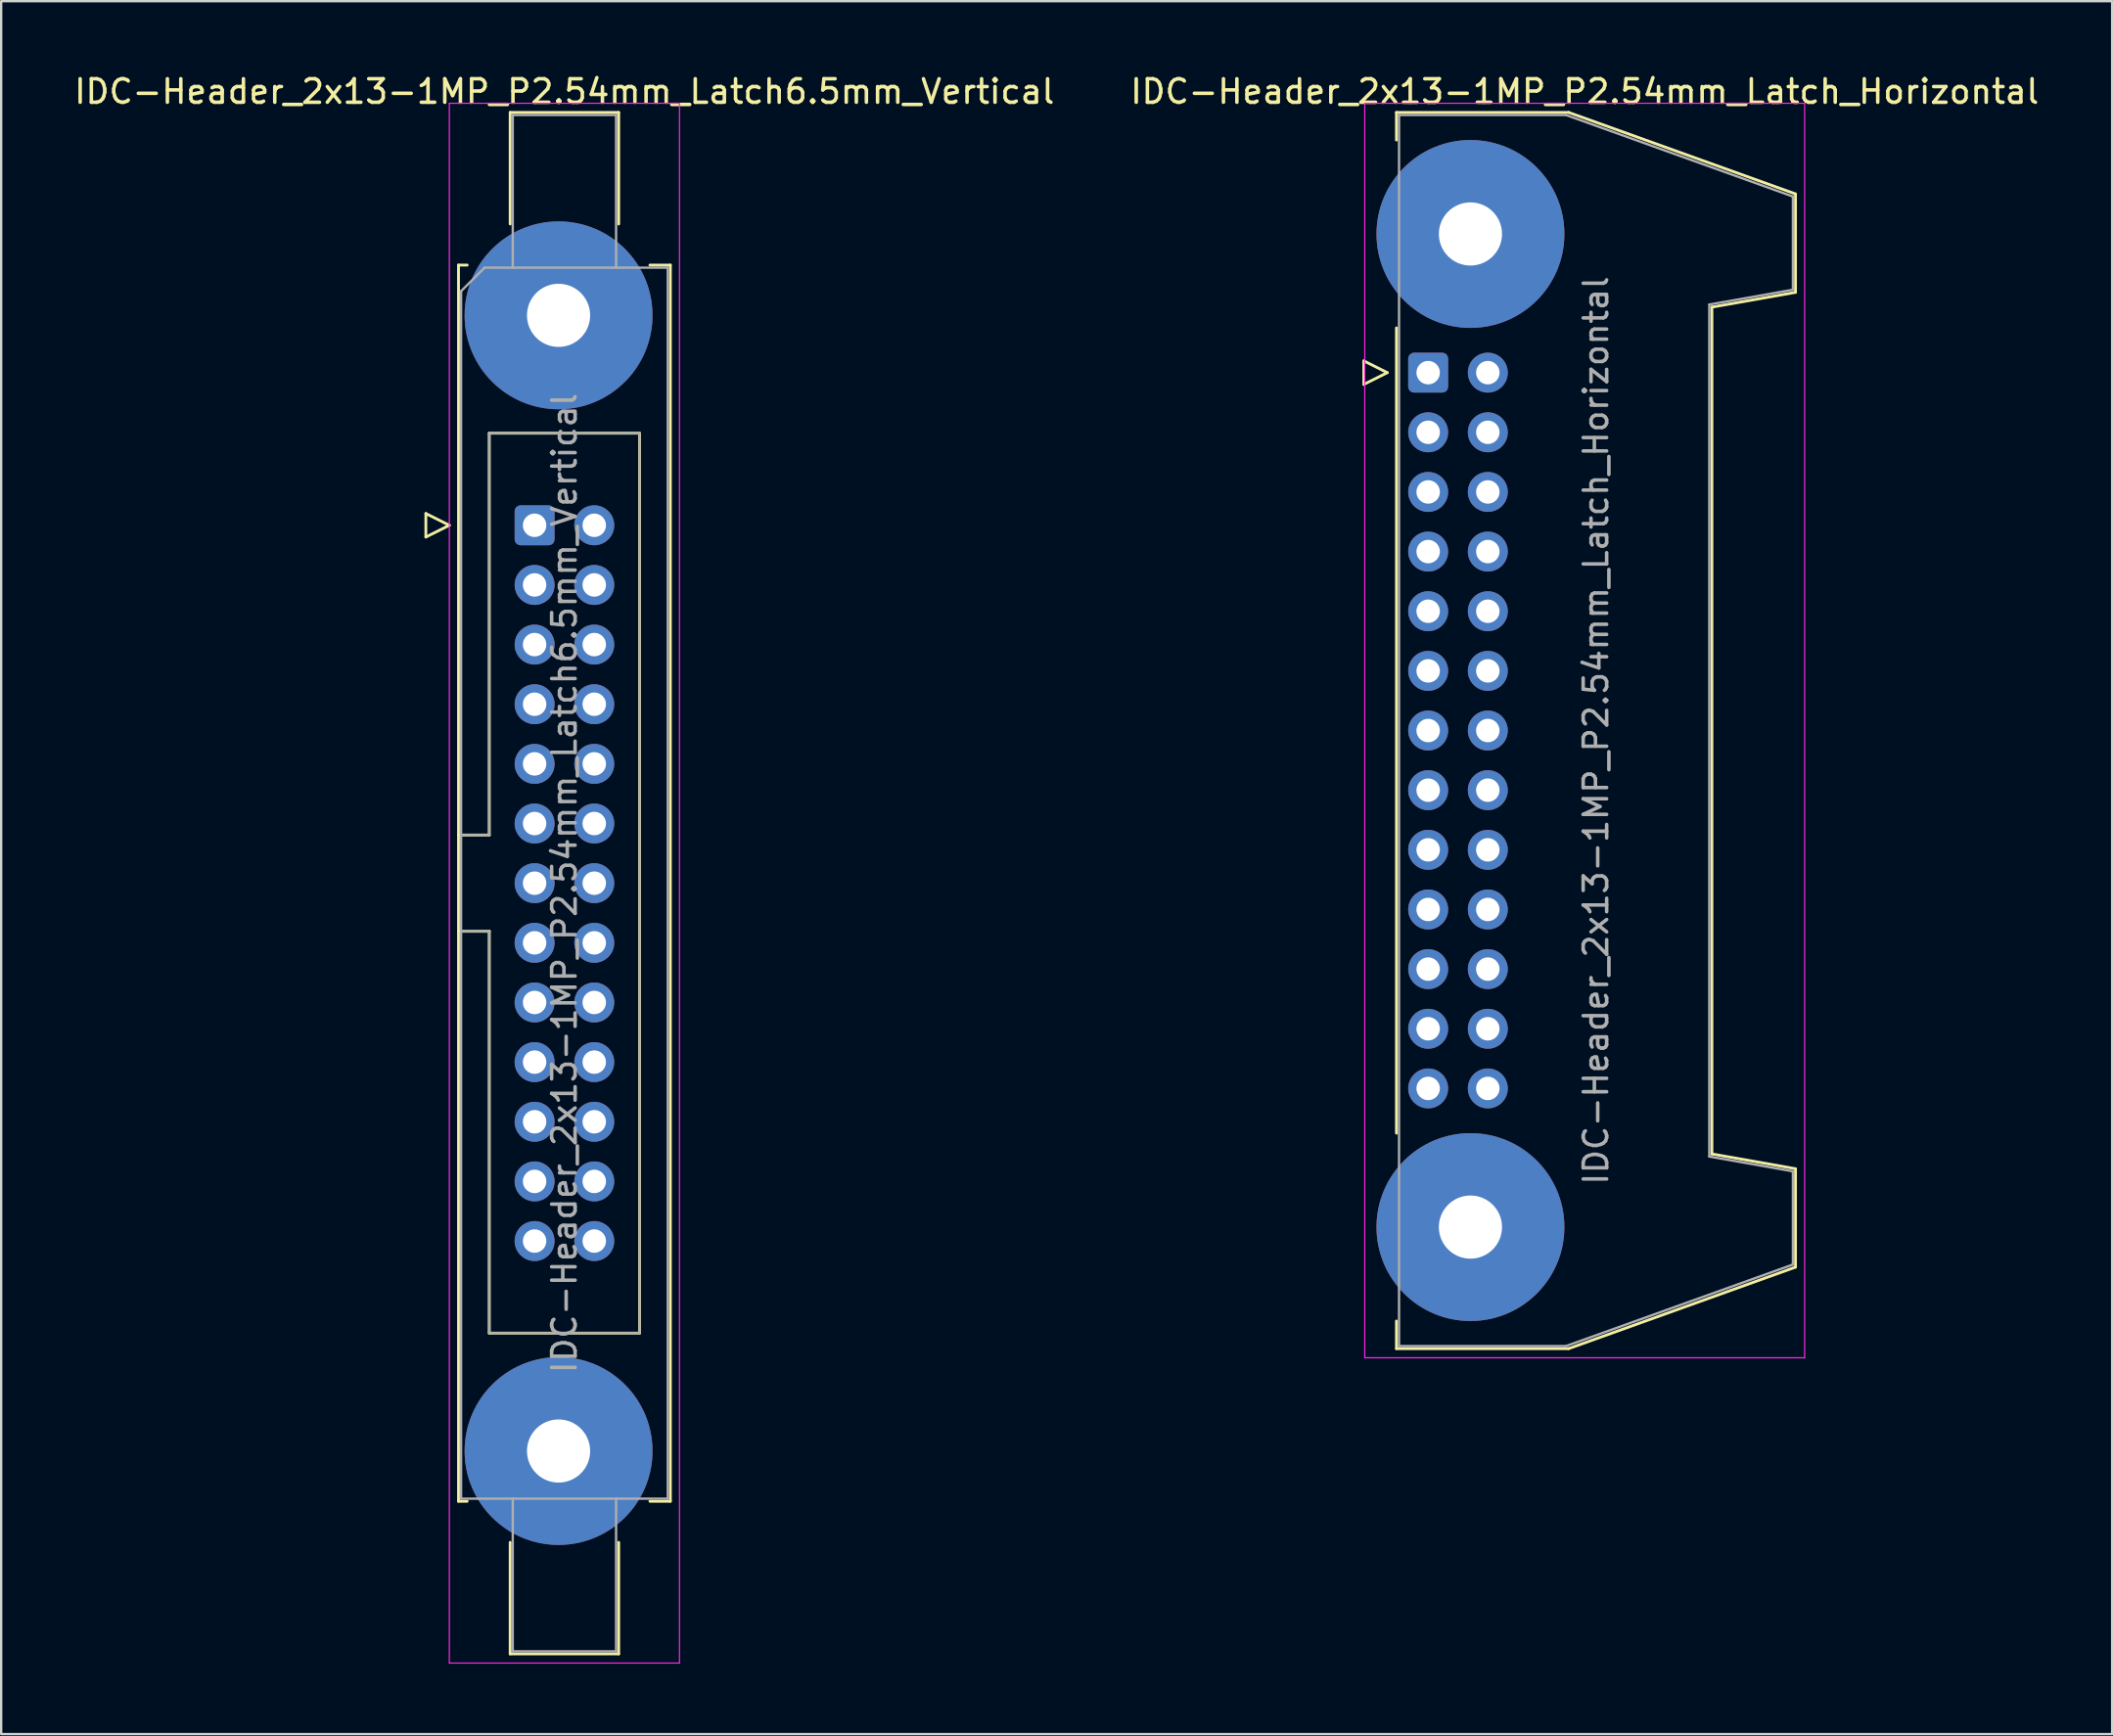
<source format=kicad_pcb>
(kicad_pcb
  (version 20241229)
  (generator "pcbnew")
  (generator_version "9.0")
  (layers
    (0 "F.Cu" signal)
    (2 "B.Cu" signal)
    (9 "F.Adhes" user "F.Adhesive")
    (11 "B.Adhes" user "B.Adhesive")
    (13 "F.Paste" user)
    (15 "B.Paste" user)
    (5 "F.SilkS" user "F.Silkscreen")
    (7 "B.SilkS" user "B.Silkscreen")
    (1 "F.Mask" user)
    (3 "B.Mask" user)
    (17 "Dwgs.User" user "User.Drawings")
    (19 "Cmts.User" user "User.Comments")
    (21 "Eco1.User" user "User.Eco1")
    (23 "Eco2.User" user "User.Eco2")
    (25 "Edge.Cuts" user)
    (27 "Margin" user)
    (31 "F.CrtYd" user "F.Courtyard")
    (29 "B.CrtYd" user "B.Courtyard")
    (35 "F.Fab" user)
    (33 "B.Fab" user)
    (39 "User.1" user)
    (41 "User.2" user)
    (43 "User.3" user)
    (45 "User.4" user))
  (footprint "IDC-Header_2x13-1MP_P2.54mm_Latch_Horizontal"
    (layer "F.Cu")
    (at 57.758 12.818)
    (property "Reference" "IDC-Header_2x13-1MP_P2.54mm_Latch_Horizontal" (at 6.665 -11.97 0) (layer "F.SilkS") (effects (font (size 1 1) (thickness 0.15))))
    (attr through_hole)
    (fp_line (start -2.74 -0.5) (end -2.74 0.5) (stroke (width 0.12) (type solid)) (layer "F.SilkS"))
    (fp_line (start -2.74 0.5) (end -1.74 0) (stroke (width 0.12) (type solid)) (layer "F.SilkS"))
    (fp_line (start -1.74 0) (end -2.74 -0.5) (stroke (width 0.12) (type solid)) (layer "F.SilkS"))
    (fp_line (start -1.35 -11.08) (end -1.35 -9.905) (stroke (width 0.12) (type solid)) (layer "F.SilkS"))
    (fp_line (start -1.35 -11.08) (end 5.98 -11.08) (stroke (width 0.12) (type solid)) (layer "F.SilkS"))
    (fp_line (start -1.35 -1.905) (end -1.35 32.385) (stroke (width 0.12) (type solid)) (layer "F.SilkS"))
    (fp_line (start -1.35 40.385) (end -1.35 41.56) (stroke (width 0.12) (type solid)) (layer "F.SilkS"))
    (fp_line (start 5.98 -11.08) (end 15.64 -7.61) (stroke (width 0.12) (type solid)) (layer "F.SilkS"))
    (fp_line (start 5.98 41.56) (end -1.35 41.56) (stroke (width 0.12) (type solid)) (layer "F.SilkS"))
    (fp_line (start 12.08 -2.79) (end 12.08 33.27) (stroke (width 0.12) (type solid)) (layer "F.SilkS"))
    (fp_line (start 12.08 33.27) (end 15.64 33.9) (stroke (width 0.12) (type solid)) (layer "F.SilkS"))
    (fp_line (start 15.64 -7.61) (end 15.64 -3.42) (stroke (width 0.12) (type solid)) (layer "F.SilkS"))
    (fp_line (start 15.64 -3.42) (end 12.08 -2.79) (stroke (width 0.12) (type solid)) (layer "F.SilkS"))
    (fp_line (start 15.64 33.9) (end 15.64 38.09) (stroke (width 0.12) (type solid)) (layer "F.SilkS"))
    (fp_line (start 15.64 38.09) (end 5.98 41.56) (stroke (width 0.12) (type solid)) (layer "F.SilkS"))
    (fp_line (start -2.7 -11.47) (end -2.7 41.95) (stroke (width 0.05) (type solid)) (layer "F.CrtYd"))
    (fp_line (start -2.7 41.95) (end 16.03 41.95) (stroke (width 0.05) (type solid)) (layer "F.CrtYd"))
    (fp_line (start 16.03 -11.47) (end -2.7 -11.47) (stroke (width 0.05) (type solid)) (layer "F.CrtYd"))
    (fp_line (start 16.03 41.95) (end 16.03 -11.47) (stroke (width 0.05) (type solid)) (layer "F.CrtYd"))
    (fp_line (start -1.24 -10.97) (end 5.87 -10.97) (stroke (width 0.1) (type solid)) (layer "F.Fab"))
    (fp_line (start -1.24 41.45) (end -1.24 -10.97) (stroke (width 0.1) (type solid)) (layer "F.Fab"))
    (fp_line (start 5.87 -10.97) (end 15.53 -7.5) (stroke (width 0.1) (type solid)) (layer "F.Fab"))
    (fp_line (start 5.87 41.45) (end -1.24 41.45) (stroke (width 0.1) (type solid)) (layer "F.Fab"))
    (fp_line (start 11.97 -2.9) (end 11.97 33.38) (stroke (width 0.1) (type solid)) (layer "F.Fab"))
    (fp_line (start 11.97 33.38) (end 15.53 34.01) (stroke (width 0.1) (type solid)) (layer "F.Fab"))
    (fp_line (start 15.53 -7.5) (end 15.53 -3.53) (stroke (width 0.1) (type solid)) (layer "F.Fab"))
    (fp_line (start 15.53 -3.53) (end 11.97 -2.9) (stroke (width 0.1) (type solid)) (layer "F.Fab"))
    (fp_line (start 15.53 34.01) (end 15.53 37.98) (stroke (width 0.1) (type solid)) (layer "F.Fab"))
    (fp_line (start 15.53 37.98) (end 5.87 41.45) (stroke (width 0.1) (type solid)) (layer "F.Fab"))
    (fp_text user "${REFERENCE}" (at 7.145 15.24 90) (layer "F.Fab") (effects (font (size 1 1) (thickness 0.15))))
    (pad "1" thru_hole roundrect (at 0 0) (size 1.7 1.7) (drill 1) (layers "*.Cu" "*.Mask") (roundrect_rratio 0.147))
    (pad "2" thru_hole circle (at 2.54 0) (size 1.7 1.7) (drill 1) (layers "*.Cu" "*.Mask"))
    (pad "3" thru_hole circle (at 0 2.54) (size 1.7 1.7) (drill 1) (layers "*.Cu" "*.Mask"))
    (pad "4" thru_hole circle (at 2.54 2.54) (size 1.7 1.7) (drill 1) (layers "*.Cu" "*.Mask"))
    (pad "5" thru_hole circle (at 0 5.08) (size 1.7 1.7) (drill 1) (layers "*.Cu" "*.Mask"))
    (pad "6" thru_hole circle (at 2.54 5.08) (size 1.7 1.7) (drill 1) (layers "*.Cu" "*.Mask"))
    (pad "7" thru_hole circle (at 0 7.62) (size 1.7 1.7) (drill 1) (layers "*.Cu" "*.Mask"))
    (pad "8" thru_hole circle (at 2.54 7.62) (size 1.7 1.7) (drill 1) (layers "*.Cu" "*.Mask"))
    (pad "9" thru_hole circle (at 0 10.16) (size 1.7 1.7) (drill 1) (layers "*.Cu" "*.Mask"))
    (pad "10" thru_hole circle (at 2.54 10.16) (size 1.7 1.7) (drill 1) (layers "*.Cu" "*.Mask"))
    (pad "11" thru_hole circle (at 0 12.7) (size 1.7 1.7) (drill 1) (layers "*.Cu" "*.Mask"))
    (pad "12" thru_hole circle (at 2.54 12.7) (size 1.7 1.7) (drill 1) (layers "*.Cu" "*.Mask"))
    (pad "13" thru_hole circle (at 0 15.24) (size 1.7 1.7) (drill 1) (layers "*.Cu" "*.Mask"))
    (pad "14" thru_hole circle (at 2.54 15.24) (size 1.7 1.7) (drill 1) (layers "*.Cu" "*.Mask"))
    (pad "15" thru_hole circle (at 0 17.78) (size 1.7 1.7) (drill 1) (layers "*.Cu" "*.Mask"))
    (pad "16" thru_hole circle (at 2.54 17.78) (size 1.7 1.7) (drill 1) (layers "*.Cu" "*.Mask"))
    (pad "17" thru_hole circle (at 0 20.32) (size 1.7 1.7) (drill 1) (layers "*.Cu" "*.Mask"))
    (pad "18" thru_hole circle (at 2.54 20.32) (size 1.7 1.7) (drill 1) (layers "*.Cu" "*.Mask"))
    (pad "19" thru_hole circle (at 0 22.86) (size 1.7 1.7) (drill 1) (layers "*.Cu" "*.Mask"))
    (pad "20" thru_hole circle (at 2.54 22.86) (size 1.7 1.7) (drill 1) (layers "*.Cu" "*.Mask"))
    (pad "21" thru_hole circle (at 0 25.4) (size 1.7 1.7) (drill 1) (layers "*.Cu" "*.Mask"))
    (pad "22" thru_hole circle (at 2.54 25.4) (size 1.7 1.7) (drill 1) (layers "*.Cu" "*.Mask"))
    (pad "23" thru_hole circle (at 0 27.94) (size 1.7 1.7) (drill 1) (layers "*.Cu" "*.Mask"))
    (pad "24" thru_hole circle (at 2.54 27.94) (size 1.7 1.7) (drill 1) (layers "*.Cu" "*.Mask"))
    (pad "25" thru_hole circle (at 0 30.48) (size 1.7 1.7) (drill 1) (layers "*.Cu" "*.Mask"))
    (pad "26" thru_hole circle (at 2.54 30.48) (size 1.7 1.7) (drill 1) (layers "*.Cu" "*.Mask"))
    (pad "MP" thru_hole circle (at 1.8 -5.905) (size 8 8) (drill 2.69) (layers "*.Cu" "*.Mask"))
    (pad "MP" thru_hole circle (at 1.8 36.385) (size 8 8) (drill 2.69) (layers "*.Cu" "*.Mask")))
  (footprint "IDC-Header_2x13-1MP_P2.54mm_Latch6.5mm_Vertical"
    (layer "F.Cu")
    (at 19.712 19.318)
    (property "Reference" "IDC-Header_2x13-1MP_P2.54mm_Latch6.5mm_Vertical" (at 1.27 -18.47 0) (layer "F.SilkS") (effects (font (size 1 1) (thickness 0.15))))
    (attr through_hole)
    (fp_line (start -4.63 -0.5) (end -4.63 0.5) (stroke (width 0.12) (type solid)) (layer "F.SilkS"))
    (fp_line (start -4.63 0.5) (end -3.63 0) (stroke (width 0.12) (type solid)) (layer "F.SilkS"))
    (fp_line (start -3.63 0) (end -4.63 -0.5) (stroke (width 0.12) (type solid)) (layer "F.SilkS"))
    (fp_line (start -3.24 -11.08) (end -3.24 41.56) (stroke (width 0.12) (type solid)) (layer "F.SilkS"))
    (fp_line (start -3.24 13.19) (end -1.93 13.19) (stroke (width 0.12) (type solid)) (layer "F.SilkS"))
    (fp_line (start -3.24 41.56) (end -2.87 41.56) (stroke (width 0.12) (type solid)) (layer "F.SilkS"))
    (fp_line (start -2.87 -11.08) (end -3.24 -11.08) (stroke (width 0.12) (type solid)) (layer "F.SilkS"))
    (fp_line (start -1.93 -3.92) (end 4.47 -3.92) (stroke (width 0.12) (type solid)) (layer "F.SilkS"))
    (fp_line (start -1.93 13.19) (end -1.93 -3.92) (stroke (width 0.12) (type solid)) (layer "F.SilkS"))
    (fp_line (start -1.93 17.29) (end -3.24 17.29) (stroke (width 0.12) (type solid)) (layer "F.SilkS"))
    (fp_line (start -1.93 17.29) (end -1.93 17.29) (stroke (width 0.12) (type solid)) (layer "F.SilkS"))
    (fp_line (start -1.93 34.4) (end -1.93 17.29) (stroke (width 0.12) (type solid)) (layer "F.SilkS"))
    (fp_line (start -1.04 -17.58) (end 3.58 -17.58) (stroke (width 0.12) (type solid)) (layer "F.SilkS"))
    (fp_line (start -1.04 -12.83) (end -1.04 -17.58) (stroke (width 0.12) (type solid)) (layer "F.SilkS"))
    (fp_line (start -1.04 43.31) (end -1.04 48.06) (stroke (width 0.12) (type solid)) (layer "F.SilkS"))
    (fp_line (start -1.04 48.06) (end 3.58 48.06) (stroke (width 0.12) (type solid)) (layer "F.SilkS"))
    (fp_line (start 3.58 -17.58) (end 3.58 -12.83) (stroke (width 0.12) (type solid)) (layer "F.SilkS"))
    (fp_line (start 3.58 48.06) (end 3.58 43.31) (stroke (width 0.12) (type solid)) (layer "F.SilkS"))
    (fp_line (start 4.47 -3.92) (end 4.47 34.4) (stroke (width 0.12) (type solid)) (layer "F.SilkS"))
    (fp_line (start 4.47 34.4) (end -1.93 34.4) (stroke (width 0.12) (type solid)) (layer "F.SilkS"))
    (fp_line (start 4.91 -11.08) (end 5.78 -11.08) (stroke (width 0.12) (type solid)) (layer "F.SilkS"))
    (fp_line (start 5.78 -11.08) (end 5.78 41.56) (stroke (width 0.12) (type solid)) (layer "F.SilkS"))
    (fp_line (start 5.78 41.56) (end 4.91 41.56) (stroke (width 0.12) (type solid)) (layer "F.SilkS"))
    (fp_line (start -3.63 -17.97) (end -3.63 48.45) (stroke (width 0.05) (type solid)) (layer "F.CrtYd"))
    (fp_line (start -3.63 48.45) (end 6.17 48.45) (stroke (width 0.05) (type solid)) (layer "F.CrtYd"))
    (fp_line (start 6.17 -17.97) (end -3.63 -17.97) (stroke (width 0.05) (type solid)) (layer "F.CrtYd"))
    (fp_line (start 6.17 48.45) (end 6.17 -17.97) (stroke (width 0.05) (type solid)) (layer "F.CrtYd"))
    (fp_line (start -3.13 -9.97) (end -2.13 -10.97) (stroke (width 0.1) (type solid)) (layer "F.Fab"))
    (fp_line (start -3.13 13.19) (end -1.93 13.19) (stroke (width 0.1) (type solid)) (layer "F.Fab"))
    (fp_line (start -3.13 41.45) (end -3.13 -9.97) (stroke (width 0.1) (type solid)) (layer "F.Fab"))
    (fp_line (start -2.13 -10.97) (end 5.67 -10.97) (stroke (width 0.1) (type solid)) (layer "F.Fab"))
    (fp_line (start -1.93 -3.92) (end 4.47 -3.92) (stroke (width 0.1) (type solid)) (layer "F.Fab"))
    (fp_line (start -1.93 13.19) (end -1.93 -3.92) (stroke (width 0.1) (type solid)) (layer "F.Fab"))
    (fp_line (start -1.93 17.29) (end -3.13 17.29) (stroke (width 0.1) (type solid)) (layer "F.Fab"))
    (fp_line (start -1.93 17.29) (end -1.93 17.29) (stroke (width 0.1) (type solid)) (layer "F.Fab"))
    (fp_line (start -1.93 34.4) (end -1.93 17.29) (stroke (width 0.1) (type solid)) (layer "F.Fab"))
    (fp_line (start -0.93 -17.47) (end 3.47 -17.47) (stroke (width 0.1) (type solid)) (layer "F.Fab"))
    (fp_line (start -0.93 -10.97) (end -0.93 -17.47) (stroke (width 0.1) (type solid)) (layer "F.Fab"))
    (fp_line (start -0.93 41.45) (end -0.93 47.95) (stroke (width 0.1) (type solid)) (layer "F.Fab"))
    (fp_line (start -0.93 47.95) (end 3.47 47.95) (stroke (width 0.1) (type solid)) (layer "F.Fab"))
    (fp_line (start 3.47 -17.47) (end 3.47 -10.97) (stroke (width 0.1) (type solid)) (layer "F.Fab"))
    (fp_line (start 3.47 47.95) (end 3.47 41.45) (stroke (width 0.1) (type solid)) (layer "F.Fab"))
    (fp_line (start 4.47 -3.92) (end 4.47 34.4) (stroke (width 0.1) (type solid)) (layer "F.Fab"))
    (fp_line (start 4.47 34.4) (end -1.93 34.4) (stroke (width 0.1) (type solid)) (layer "F.Fab"))
    (fp_line (start 5.67 -10.97) (end 5.67 41.45) (stroke (width 0.1) (type solid)) (layer "F.Fab"))
    (fp_line (start 5.67 41.45) (end -3.13 41.45) (stroke (width 0.1) (type solid)) (layer "F.Fab"))
    (fp_text user "${REFERENCE}" (at 1.27 15.24 90) (layer "F.Fab") (effects (font (size 1 1) (thickness 0.15))))
    (pad "1" thru_hole roundrect (at 0 0) (size 1.7 1.7) (drill 1) (layers "*.Cu" "*.Mask") (roundrect_rratio 0.147))
    (pad "2" thru_hole circle (at 2.54 0) (size 1.7 1.7) (drill 1) (layers "*.Cu" "*.Mask"))
    (pad "3" thru_hole circle (at 0 2.54) (size 1.7 1.7) (drill 1) (layers "*.Cu" "*.Mask"))
    (pad "4" thru_hole circle (at 2.54 2.54) (size 1.7 1.7) (drill 1) (layers "*.Cu" "*.Mask"))
    (pad "5" thru_hole circle (at 0 5.08) (size 1.7 1.7) (drill 1) (layers "*.Cu" "*.Mask"))
    (pad "6" thru_hole circle (at 2.54 5.08) (size 1.7 1.7) (drill 1) (layers "*.Cu" "*.Mask"))
    (pad "7" thru_hole circle (at 0 7.62) (size 1.7 1.7) (drill 1) (layers "*.Cu" "*.Mask"))
    (pad "8" thru_hole circle (at 2.54 7.62) (size 1.7 1.7) (drill 1) (layers "*.Cu" "*.Mask"))
    (pad "9" thru_hole circle (at 0 10.16) (size 1.7 1.7) (drill 1) (layers "*.Cu" "*.Mask"))
    (pad "10" thru_hole circle (at 2.54 10.16) (size 1.7 1.7) (drill 1) (layers "*.Cu" "*.Mask"))
    (pad "11" thru_hole circle (at 0 12.7) (size 1.7 1.7) (drill 1) (layers "*.Cu" "*.Mask"))
    (pad "12" thru_hole circle (at 2.54 12.7) (size 1.7 1.7) (drill 1) (layers "*.Cu" "*.Mask"))
    (pad "13" thru_hole circle (at 0 15.24) (size 1.7 1.7) (drill 1) (layers "*.Cu" "*.Mask"))
    (pad "14" thru_hole circle (at 2.54 15.24) (size 1.7 1.7) (drill 1) (layers "*.Cu" "*.Mask"))
    (pad "15" thru_hole circle (at 0 17.78) (size 1.7 1.7) (drill 1) (layers "*.Cu" "*.Mask"))
    (pad "16" thru_hole circle (at 2.54 17.78) (size 1.7 1.7) (drill 1) (layers "*.Cu" "*.Mask"))
    (pad "17" thru_hole circle (at 0 20.32) (size 1.7 1.7) (drill 1) (layers "*.Cu" "*.Mask"))
    (pad "18" thru_hole circle (at 2.54 20.32) (size 1.7 1.7) (drill 1) (layers "*.Cu" "*.Mask"))
    (pad "19" thru_hole circle (at 0 22.86) (size 1.7 1.7) (drill 1) (layers "*.Cu" "*.Mask"))
    (pad "20" thru_hole circle (at 2.54 22.86) (size 1.7 1.7) (drill 1) (layers "*.Cu" "*.Mask"))
    (pad "21" thru_hole circle (at 0 25.4) (size 1.7 1.7) (drill 1) (layers "*.Cu" "*.Mask"))
    (pad "22" thru_hole circle (at 2.54 25.4) (size 1.7 1.7) (drill 1) (layers "*.Cu" "*.Mask"))
    (pad "23" thru_hole circle (at 0 27.94) (size 1.7 1.7) (drill 1) (layers "*.Cu" "*.Mask"))
    (pad "24" thru_hole circle (at 2.54 27.94) (size 1.7 1.7) (drill 1) (layers "*.Cu" "*.Mask"))
    (pad "25" thru_hole circle (at 0 30.48) (size 1.7 1.7) (drill 1) (layers "*.Cu" "*.Mask"))
    (pad "26" thru_hole circle (at 2.54 30.48) (size 1.7 1.7) (drill 1) (layers "*.Cu" "*.Mask"))
    (pad "MP" thru_hole circle (at 1.02 -8.94) (size 8 8) (drill 2.69) (layers "*.Cu" "*.Mask"))
    (pad "MP" thru_hole circle (at 1.02 39.42) (size 8 8) (drill 2.69) (layers "*.Cu" "*.Mask")))
  (gr_rect
    (start -3 -3)
    (end 86.881 70.793)
    (stroke (width 0.1) (type default))
    (fill no)
    (layer "Edge.Cuts")))
</source>
